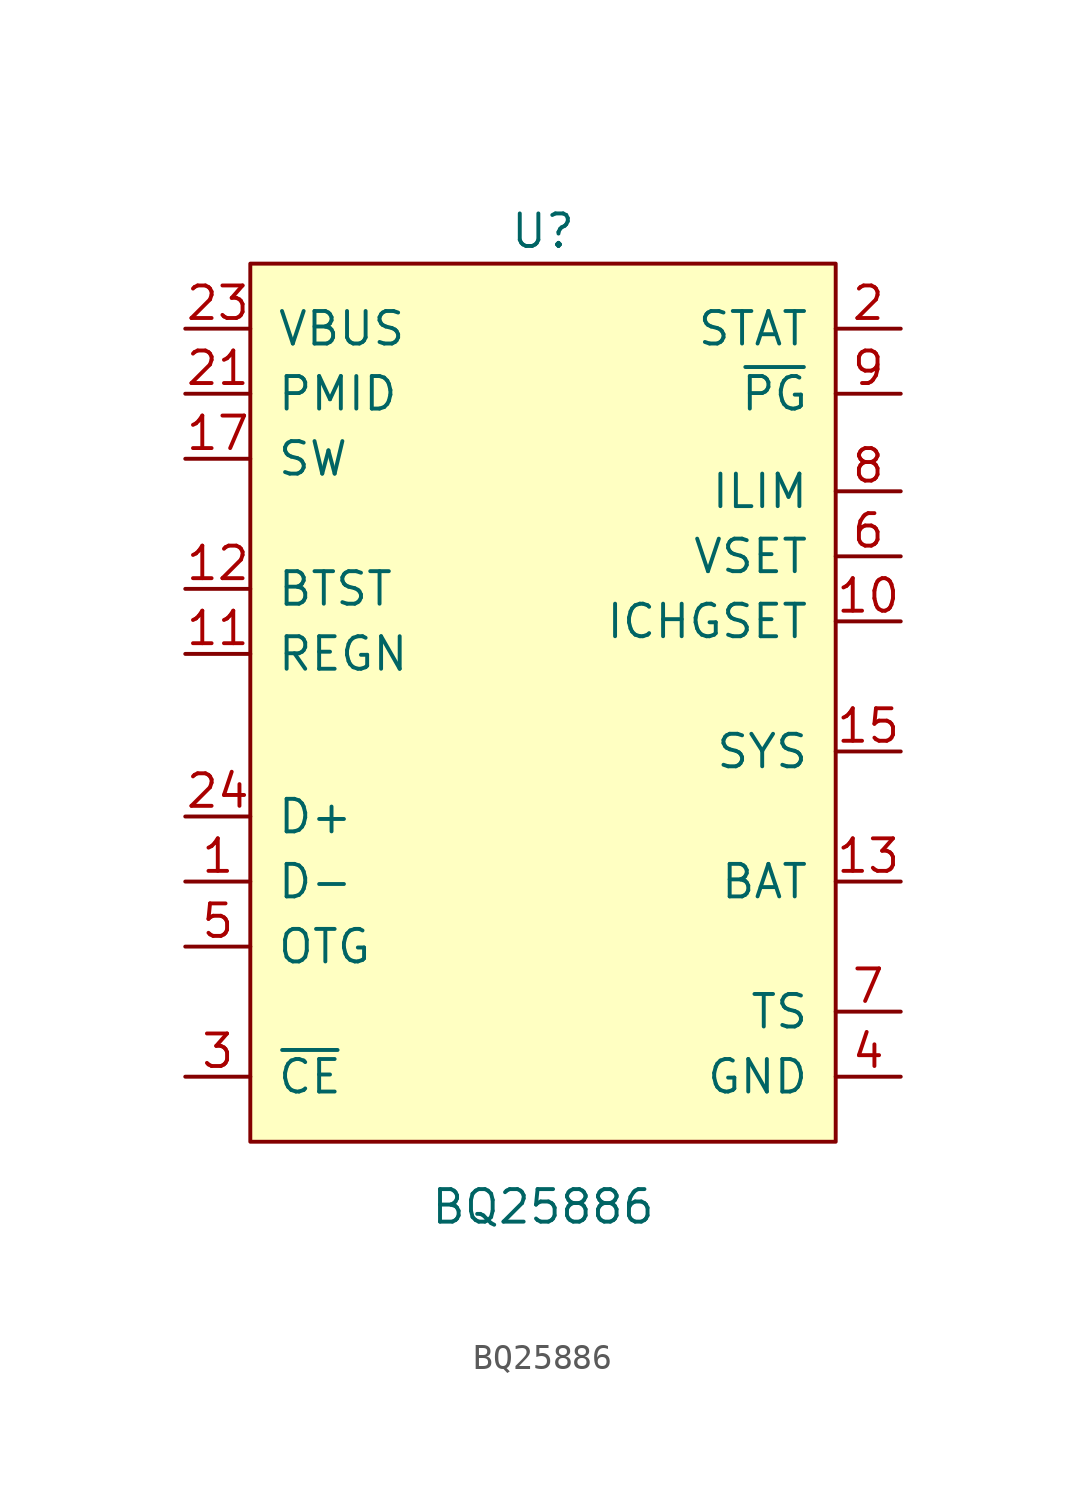
<source format=kicad_sym>
(kicad_symbol_lib
  (version 20220914)
  (generator kicad_symbol_editor)
  (symbol "BQ25886"
    (pin_names
      (offset 1.016))
    (property "Reference" "U"
      (at 0 19.05 0)
      (effects (font (size 1.27 1.27))))
    (property "Value" "BQ25886"
      (at 0 -19.05 0)
      (effects (font (size 1.27 1.27))))
    (symbol "BQ25886_0_1"
      (rectangle (start -11.43 17.78) (end 11.43 -16.51) (stroke (width 0) (type solid)) (fill (type background))))
    (symbol "BQ25886_1_1"
      (pin passive line (at -13.97 -6.35 0) (length 2.54) (name "D-" (effects (font (size 1.27 1.27)))) (number "1" (effects (font (size 1.27 1.27)))))
      (pin input line (at 13.97 3.81 180) (length 2.54) (name "ICHGSET" (effects (font (size 1.27 1.27)))) (number "10" (effects (font (size 1.27 1.27)))))
      (pin passive line (at -13.97 2.54 0) (length 2.54) (name "REGN" (effects (font (size 1.27 1.27)))) (number "11" (effects (font (size 1.27 1.27)))))
      (pin passive line (at -13.97 5.08 0) (length 2.54) (name "BTST" (effects (font (size 1.27 1.27)))) (number "12" (effects (font (size 1.27 1.27)))))
      (pin power_in line (at 13.97 -6.35 180) (length 2.54) (name "BAT" (effects (font (size 1.27 1.27)))) (number "13" (effects (font (size 1.27 1.27)))))
      (pin power_in line (at 13.97 -6.35 180) (length 2.54) hide (name "BAT" (effects (font (size 1.27 1.27)))) (number "14" (effects (font (size 1.27 1.27)))))
      (pin passive line (at 13.97 -1.27 180) (length 2.54) (name "SYS" (effects (font (size 1.27 1.27)))) (number "15" (effects (font (size 1.27 1.27)))))
      (pin passive line (at 13.97 -1.27 180) (length 2.54) hide (name "SYS" (effects (font (size 1.27 1.27)))) (number "16" (effects (font (size 1.27 1.27)))))
      (pin passive line (at -13.97 10.16 0) (length 2.54) (name "SW" (effects (font (size 1.27 1.27)))) (number "17" (effects (font (size 1.27 1.27)))))
      (pin passive line (at -13.97 10.16 0) (length 2.54) hide (name "SW" (effects (font (size 1.27 1.27)))) (number "18" (effects (font (size 1.27 1.27)))))
      (pin passive line (at 13.97 -13.97 180) (length 2.54) hide (name "GND" (effects (font (size 1.27 1.27)))) (number "19" (effects (font (size 1.27 1.27)))))
      (pin open_collector line (at 13.97 15.24 180) (length 2.54) (name "STAT" (effects (font (size 1.27 1.27)))) (number "2" (effects (font (size 1.27 1.27)))))
      (pin passive line (at 13.97 -13.97 180) (length 2.54) hide (name "GND" (effects (font (size 1.27 1.27)))) (number "20" (effects (font (size 1.27 1.27)))))
      (pin passive line (at -13.97 12.7 0) (length 2.54) (name "PMID" (effects (font (size 1.27 1.27)))) (number "21" (effects (font (size 1.27 1.27)))))
      (pin passive line (at -13.97 12.7 0) (length 2.54) hide (name "PMID" (effects (font (size 1.27 1.27)))) (number "22" (effects (font (size 1.27 1.27)))))
      (pin power_in line (at -13.97 15.24 0) (length 2.54) (name "VBUS" (effects (font (size 1.27 1.27)))) (number "23" (effects (font (size 1.27 1.27)))))
      (pin passive line (at -13.97 -3.81 0) (length 2.54) (name "D+" (effects (font (size 1.27 1.27)))) (number "24" (effects (font (size 1.27 1.27)))))
      (pin passive line (at 13.97 -13.97 180) (length 2.54) hide (name "GND" (effects (font (size 1.27 1.27)))) (number "25" (effects (font (size 1.27 1.27)))))
      (pin input line (at -13.97 -13.97 0) (length 2.54) (name "~{CE}" (effects (font (size 1.27 1.27)))) (number "3" (effects (font (size 1.27 1.27)))))
      (pin passive line (at 13.97 -13.97 180) (length 2.54) (name "GND" (effects (font (size 1.27 1.27)))) (number "4" (effects (font (size 1.27 1.27)))))
      (pin input line (at -13.97 -8.89 0) (length 2.54) (name "OTG" (effects (font (size 1.27 1.27)))) (number "5" (effects (font (size 1.27 1.27)))))
      (pin input line (at 13.97 6.35 180) (length 2.54) (name "VSET" (effects (font (size 1.27 1.27)))) (number "6" (effects (font (size 1.27 1.27)))))
      (pin input line (at 13.97 -11.43 180) (length 2.54) (name "TS" (effects (font (size 1.27 1.27)))) (number "7" (effects (font (size 1.27 1.27)))))
      (pin input line (at 13.97 8.89 180) (length 2.54) (name "ILIM" (effects (font (size 1.27 1.27)))) (number "8" (effects (font (size 1.27 1.27)))))
      (pin open_collector line (at 13.97 12.7 180) (length 2.54) (name "~{PG}" (effects (font (size 1.27 1.27)))) (number "9" (effects (font (size 1.27 1.27))))))))
</source>
